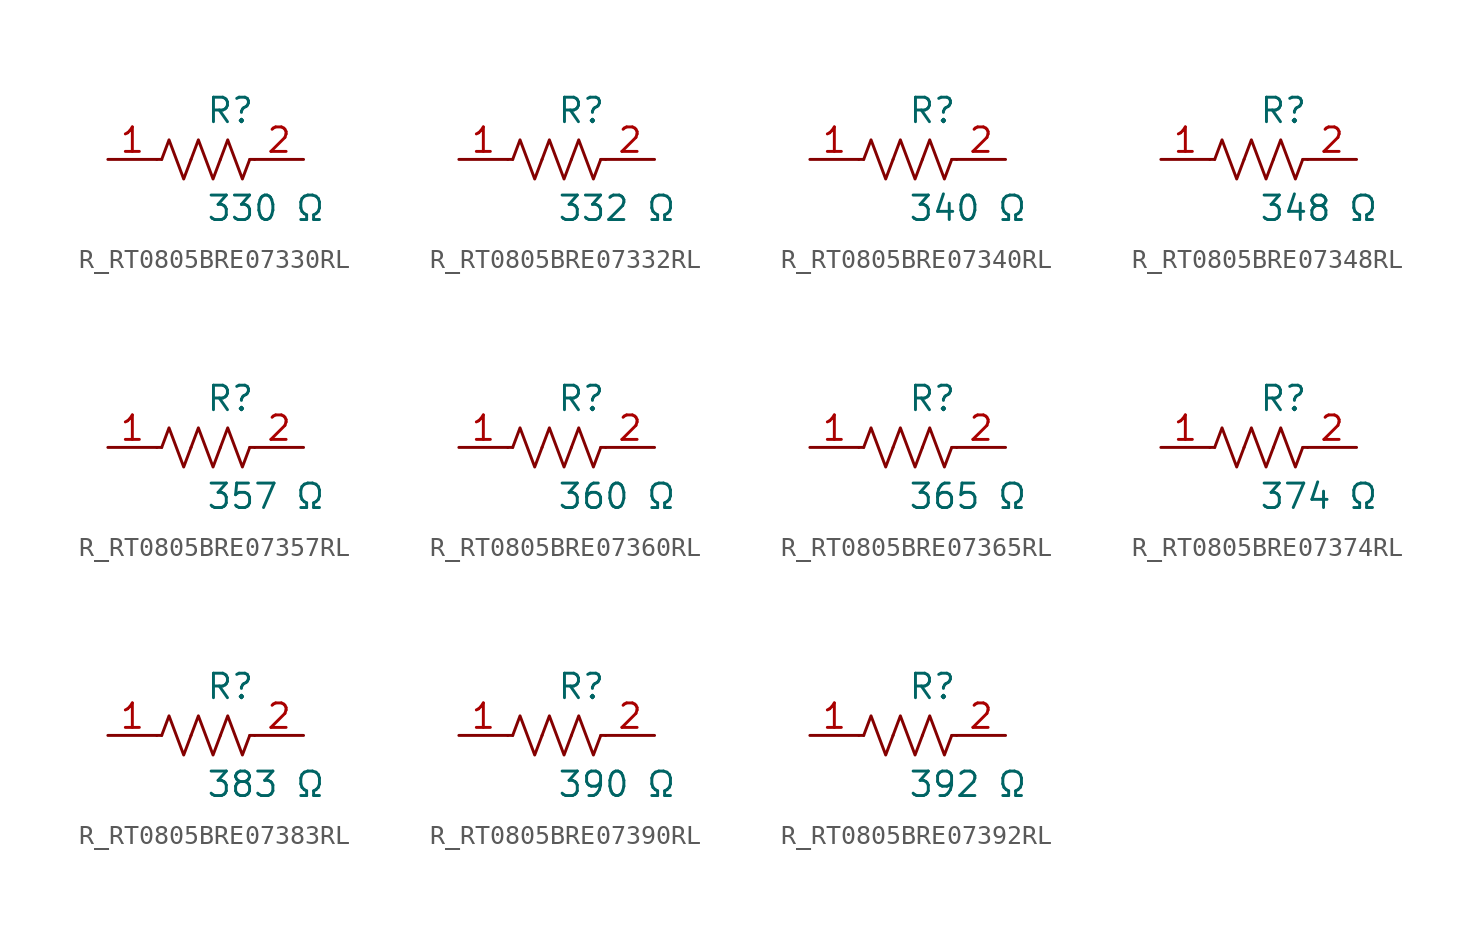
<source format=kicad_sym>
(kicad_symbol_lib
  (version 20231120)
  (generator kicad_symbol_editor)
  (generator_version 8.0)
  (symbol "R_RT0805BRE07330RL"
    (pin_names
      (offset 0.254))
    (property "Reference" "R"
      (at 0.0 2.54 0)
      (effects (font (size 1.27 1.27)) (justify left)))
    (property "Value" "330 Ω"
      (at 0.0 -2.54 0)
      (effects (font (size 1.27 1.27)) (justify left)))
    (symbol "R_RT0805BRE07330RL_0_1"
      (polyline (pts (xy 2.286 0) (xy 2.54 0)) (stroke (width 0) (type default)) (fill (type none)))
      (polyline (pts (xy -2.286 0) (xy -2.54 0)) (stroke (width 0) (type default)) (fill (type none)))
      (polyline (pts (xy 0.762 0) (xy 1.143 1.016) (xy 1.524 0) (xy 1.905 -1.016) (xy 2.286 0)) (stroke (width 0) (type default)) (fill (type none)))
      (polyline (pts (xy -0.762 0) (xy -0.381 1.016) (xy 0 0) (xy 0.381 -1.016) (xy 0.762 0)) (stroke (width 0) (type default)) (fill (type none)))
      (polyline (pts (xy -2.286 0) (xy -1.905 1.016) (xy -1.524 0) (xy -1.143 -1.016) (xy -0.762 0)) (stroke (width 0) (type default)) (fill (type none))))
    (pin unspecified line
      (at -5.08 0 0)
      (length 2.54)
      (name "" (effects (font (size 1.27 1.27))))
      (number "1" (effects (font (size 1.27 1.27)))))
    (pin unspecified line
      (at 5.08 0 180)
      (length 2.54)
      (name "" (effects (font (size 1.27 1.27))))
      (number "2" (effects (font (size 1.27 1.27))))))
  (symbol "R_RT0805BRE07332RL"
    (pin_names
      (offset 0.254))
    (property "Reference" "R"
      (at 0.0 2.54 0)
      (effects (font (size 1.27 1.27)) (justify left)))
    (property "Value" "332 Ω"
      (at 0.0 -2.54 0)
      (effects (font (size 1.27 1.27)) (justify left)))
    (symbol "R_RT0805BRE07332RL_0_1"
      (polyline (pts (xy 2.286 0) (xy 2.54 0)) (stroke (width 0) (type default)) (fill (type none)))
      (polyline (pts (xy -2.286 0) (xy -2.54 0)) (stroke (width 0) (type default)) (fill (type none)))
      (polyline (pts (xy 0.762 0) (xy 1.143 1.016) (xy 1.524 0) (xy 1.905 -1.016) (xy 2.286 0)) (stroke (width 0) (type default)) (fill (type none)))
      (polyline (pts (xy -0.762 0) (xy -0.381 1.016) (xy 0 0) (xy 0.381 -1.016) (xy 0.762 0)) (stroke (width 0) (type default)) (fill (type none)))
      (polyline (pts (xy -2.286 0) (xy -1.905 1.016) (xy -1.524 0) (xy -1.143 -1.016) (xy -0.762 0)) (stroke (width 0) (type default)) (fill (type none))))
    (pin unspecified line
      (at -5.08 0 0)
      (length 2.54)
      (name "" (effects (font (size 1.27 1.27))))
      (number "1" (effects (font (size 1.27 1.27)))))
    (pin unspecified line
      (at 5.08 0 180)
      (length 2.54)
      (name "" (effects (font (size 1.27 1.27))))
      (number "2" (effects (font (size 1.27 1.27))))))
  (symbol "R_RT0805BRE07340RL"
    (pin_names
      (offset 0.254))
    (property "Reference" "R"
      (at 0.0 2.54 0)
      (effects (font (size 1.27 1.27)) (justify left)))
    (property "Value" "340 Ω"
      (at 0.0 -2.54 0)
      (effects (font (size 1.27 1.27)) (justify left)))
    (symbol "R_RT0805BRE07340RL_0_1"
      (polyline (pts (xy 2.286 0) (xy 2.54 0)) (stroke (width 0) (type default)) (fill (type none)))
      (polyline (pts (xy -2.286 0) (xy -2.54 0)) (stroke (width 0) (type default)) (fill (type none)))
      (polyline (pts (xy 0.762 0) (xy 1.143 1.016) (xy 1.524 0) (xy 1.905 -1.016) (xy 2.286 0)) (stroke (width 0) (type default)) (fill (type none)))
      (polyline (pts (xy -0.762 0) (xy -0.381 1.016) (xy 0 0) (xy 0.381 -1.016) (xy 0.762 0)) (stroke (width 0) (type default)) (fill (type none)))
      (polyline (pts (xy -2.286 0) (xy -1.905 1.016) (xy -1.524 0) (xy -1.143 -1.016) (xy -0.762 0)) (stroke (width 0) (type default)) (fill (type none))))
    (pin unspecified line
      (at -5.08 0 0)
      (length 2.54)
      (name "" (effects (font (size 1.27 1.27))))
      (number "1" (effects (font (size 1.27 1.27)))))
    (pin unspecified line
      (at 5.08 0 180)
      (length 2.54)
      (name "" (effects (font (size 1.27 1.27))))
      (number "2" (effects (font (size 1.27 1.27))))))
  (symbol "R_RT0805BRE07348RL"
    (pin_names
      (offset 0.254))
    (property "Reference" "R"
      (at 0.0 2.54 0)
      (effects (font (size 1.27 1.27)) (justify left)))
    (property "Value" "348 Ω"
      (at 0.0 -2.54 0)
      (effects (font (size 1.27 1.27)) (justify left)))
    (symbol "R_RT0805BRE07348RL_0_1"
      (polyline (pts (xy 2.286 0) (xy 2.54 0)) (stroke (width 0) (type default)) (fill (type none)))
      (polyline (pts (xy -2.286 0) (xy -2.54 0)) (stroke (width 0) (type default)) (fill (type none)))
      (polyline (pts (xy 0.762 0) (xy 1.143 1.016) (xy 1.524 0) (xy 1.905 -1.016) (xy 2.286 0)) (stroke (width 0) (type default)) (fill (type none)))
      (polyline (pts (xy -0.762 0) (xy -0.381 1.016) (xy 0 0) (xy 0.381 -1.016) (xy 0.762 0)) (stroke (width 0) (type default)) (fill (type none)))
      (polyline (pts (xy -2.286 0) (xy -1.905 1.016) (xy -1.524 0) (xy -1.143 -1.016) (xy -0.762 0)) (stroke (width 0) (type default)) (fill (type none))))
    (pin unspecified line
      (at -5.08 0 0)
      (length 2.54)
      (name "" (effects (font (size 1.27 1.27))))
      (number "1" (effects (font (size 1.27 1.27)))))
    (pin unspecified line
      (at 5.08 0 180)
      (length 2.54)
      (name "" (effects (font (size 1.27 1.27))))
      (number "2" (effects (font (size 1.27 1.27))))))
  (symbol "R_RT0805BRE07357RL"
    (pin_names
      (offset 0.254))
    (property "Reference" "R"
      (at 0.0 2.54 0)
      (effects (font (size 1.27 1.27)) (justify left)))
    (property "Value" "357 Ω"
      (at 0.0 -2.54 0)
      (effects (font (size 1.27 1.27)) (justify left)))
    (symbol "R_RT0805BRE07357RL_0_1"
      (polyline (pts (xy 2.286 0) (xy 2.54 0)) (stroke (width 0) (type default)) (fill (type none)))
      (polyline (pts (xy -2.286 0) (xy -2.54 0)) (stroke (width 0) (type default)) (fill (type none)))
      (polyline (pts (xy 0.762 0) (xy 1.143 1.016) (xy 1.524 0) (xy 1.905 -1.016) (xy 2.286 0)) (stroke (width 0) (type default)) (fill (type none)))
      (polyline (pts (xy -0.762 0) (xy -0.381 1.016) (xy 0 0) (xy 0.381 -1.016) (xy 0.762 0)) (stroke (width 0) (type default)) (fill (type none)))
      (polyline (pts (xy -2.286 0) (xy -1.905 1.016) (xy -1.524 0) (xy -1.143 -1.016) (xy -0.762 0)) (stroke (width 0) (type default)) (fill (type none))))
    (pin unspecified line
      (at -5.08 0 0)
      (length 2.54)
      (name "" (effects (font (size 1.27 1.27))))
      (number "1" (effects (font (size 1.27 1.27)))))
    (pin unspecified line
      (at 5.08 0 180)
      (length 2.54)
      (name "" (effects (font (size 1.27 1.27))))
      (number "2" (effects (font (size 1.27 1.27))))))
  (symbol "R_RT0805BRE07360RL"
    (pin_names
      (offset 0.254))
    (property "Reference" "R"
      (at 0.0 2.54 0)
      (effects (font (size 1.27 1.27)) (justify left)))
    (property "Value" "360 Ω"
      (at 0.0 -2.54 0)
      (effects (font (size 1.27 1.27)) (justify left)))
    (symbol "R_RT0805BRE07360RL_0_1"
      (polyline (pts (xy 2.286 0) (xy 2.54 0)) (stroke (width 0) (type default)) (fill (type none)))
      (polyline (pts (xy -2.286 0) (xy -2.54 0)) (stroke (width 0) (type default)) (fill (type none)))
      (polyline (pts (xy 0.762 0) (xy 1.143 1.016) (xy 1.524 0) (xy 1.905 -1.016) (xy 2.286 0)) (stroke (width 0) (type default)) (fill (type none)))
      (polyline (pts (xy -0.762 0) (xy -0.381 1.016) (xy 0 0) (xy 0.381 -1.016) (xy 0.762 0)) (stroke (width 0) (type default)) (fill (type none)))
      (polyline (pts (xy -2.286 0) (xy -1.905 1.016) (xy -1.524 0) (xy -1.143 -1.016) (xy -0.762 0)) (stroke (width 0) (type default)) (fill (type none))))
    (pin unspecified line
      (at -5.08 0 0)
      (length 2.54)
      (name "" (effects (font (size 1.27 1.27))))
      (number "1" (effects (font (size 1.27 1.27)))))
    (pin unspecified line
      (at 5.08 0 180)
      (length 2.54)
      (name "" (effects (font (size 1.27 1.27))))
      (number "2" (effects (font (size 1.27 1.27))))))
  (symbol "R_RT0805BRE07365RL"
    (pin_names
      (offset 0.254))
    (property "Reference" "R"
      (at 0.0 2.54 0)
      (effects (font (size 1.27 1.27)) (justify left)))
    (property "Value" "365 Ω"
      (at 0.0 -2.54 0)
      (effects (font (size 1.27 1.27)) (justify left)))
    (symbol "R_RT0805BRE07365RL_0_1"
      (polyline (pts (xy 2.286 0) (xy 2.54 0)) (stroke (width 0) (type default)) (fill (type none)))
      (polyline (pts (xy -2.286 0) (xy -2.54 0)) (stroke (width 0) (type default)) (fill (type none)))
      (polyline (pts (xy 0.762 0) (xy 1.143 1.016) (xy 1.524 0) (xy 1.905 -1.016) (xy 2.286 0)) (stroke (width 0) (type default)) (fill (type none)))
      (polyline (pts (xy -0.762 0) (xy -0.381 1.016) (xy 0 0) (xy 0.381 -1.016) (xy 0.762 0)) (stroke (width 0) (type default)) (fill (type none)))
      (polyline (pts (xy -2.286 0) (xy -1.905 1.016) (xy -1.524 0) (xy -1.143 -1.016) (xy -0.762 0)) (stroke (width 0) (type default)) (fill (type none))))
    (pin unspecified line
      (at -5.08 0 0)
      (length 2.54)
      (name "" (effects (font (size 1.27 1.27))))
      (number "1" (effects (font (size 1.27 1.27)))))
    (pin unspecified line
      (at 5.08 0 180)
      (length 2.54)
      (name "" (effects (font (size 1.27 1.27))))
      (number "2" (effects (font (size 1.27 1.27))))))
  (symbol "R_RT0805BRE07374RL"
    (pin_names
      (offset 0.254))
    (property "Reference" "R"
      (at 0.0 2.54 0)
      (effects (font (size 1.27 1.27)) (justify left)))
    (property "Value" "374 Ω"
      (at 0.0 -2.54 0)
      (effects (font (size 1.27 1.27)) (justify left)))
    (symbol "R_RT0805BRE07374RL_0_1"
      (polyline (pts (xy 2.286 0) (xy 2.54 0)) (stroke (width 0) (type default)) (fill (type none)))
      (polyline (pts (xy -2.286 0) (xy -2.54 0)) (stroke (width 0) (type default)) (fill (type none)))
      (polyline (pts (xy 0.762 0) (xy 1.143 1.016) (xy 1.524 0) (xy 1.905 -1.016) (xy 2.286 0)) (stroke (width 0) (type default)) (fill (type none)))
      (polyline (pts (xy -0.762 0) (xy -0.381 1.016) (xy 0 0) (xy 0.381 -1.016) (xy 0.762 0)) (stroke (width 0) (type default)) (fill (type none)))
      (polyline (pts (xy -2.286 0) (xy -1.905 1.016) (xy -1.524 0) (xy -1.143 -1.016) (xy -0.762 0)) (stroke (width 0) (type default)) (fill (type none))))
    (pin unspecified line
      (at -5.08 0 0)
      (length 2.54)
      (name "" (effects (font (size 1.27 1.27))))
      (number "1" (effects (font (size 1.27 1.27)))))
    (pin unspecified line
      (at 5.08 0 180)
      (length 2.54)
      (name "" (effects (font (size 1.27 1.27))))
      (number "2" (effects (font (size 1.27 1.27))))))
  (symbol "R_RT0805BRE07383RL"
    (pin_names
      (offset 0.254))
    (property "Reference" "R"
      (at 0.0 2.54 0)
      (effects (font (size 1.27 1.27)) (justify left)))
    (property "Value" "383 Ω"
      (at 0.0 -2.54 0)
      (effects (font (size 1.27 1.27)) (justify left)))
    (symbol "R_RT0805BRE07383RL_0_1"
      (polyline (pts (xy 2.286 0) (xy 2.54 0)) (stroke (width 0) (type default)) (fill (type none)))
      (polyline (pts (xy -2.286 0) (xy -2.54 0)) (stroke (width 0) (type default)) (fill (type none)))
      (polyline (pts (xy 0.762 0) (xy 1.143 1.016) (xy 1.524 0) (xy 1.905 -1.016) (xy 2.286 0)) (stroke (width 0) (type default)) (fill (type none)))
      (polyline (pts (xy -0.762 0) (xy -0.381 1.016) (xy 0 0) (xy 0.381 -1.016) (xy 0.762 0)) (stroke (width 0) (type default)) (fill (type none)))
      (polyline (pts (xy -2.286 0) (xy -1.905 1.016) (xy -1.524 0) (xy -1.143 -1.016) (xy -0.762 0)) (stroke (width 0) (type default)) (fill (type none))))
    (pin unspecified line
      (at -5.08 0 0)
      (length 2.54)
      (name "" (effects (font (size 1.27 1.27))))
      (number "1" (effects (font (size 1.27 1.27)))))
    (pin unspecified line
      (at 5.08 0 180)
      (length 2.54)
      (name "" (effects (font (size 1.27 1.27))))
      (number "2" (effects (font (size 1.27 1.27))))))
  (symbol "R_RT0805BRE07390RL"
    (pin_names
      (offset 0.254))
    (property "Reference" "R"
      (at 0.0 2.54 0)
      (effects (font (size 1.27 1.27)) (justify left)))
    (property "Value" "390 Ω"
      (at 0.0 -2.54 0)
      (effects (font (size 1.27 1.27)) (justify left)))
    (symbol "R_RT0805BRE07390RL_0_1"
      (polyline (pts (xy 2.286 0) (xy 2.54 0)) (stroke (width 0) (type default)) (fill (type none)))
      (polyline (pts (xy -2.286 0) (xy -2.54 0)) (stroke (width 0) (type default)) (fill (type none)))
      (polyline (pts (xy 0.762 0) (xy 1.143 1.016) (xy 1.524 0) (xy 1.905 -1.016) (xy 2.286 0)) (stroke (width 0) (type default)) (fill (type none)))
      (polyline (pts (xy -0.762 0) (xy -0.381 1.016) (xy 0 0) (xy 0.381 -1.016) (xy 0.762 0)) (stroke (width 0) (type default)) (fill (type none)))
      (polyline (pts (xy -2.286 0) (xy -1.905 1.016) (xy -1.524 0) (xy -1.143 -1.016) (xy -0.762 0)) (stroke (width 0) (type default)) (fill (type none))))
    (pin unspecified line
      (at -5.08 0 0)
      (length 2.54)
      (name "" (effects (font (size 1.27 1.27))))
      (number "1" (effects (font (size 1.27 1.27)))))
    (pin unspecified line
      (at 5.08 0 180)
      (length 2.54)
      (name "" (effects (font (size 1.27 1.27))))
      (number "2" (effects (font (size 1.27 1.27))))))
  (symbol "R_RT0805BRE07392RL"
    (pin_names
      (offset 0.254))
    (property "Reference" "R"
      (at 0.0 2.54 0)
      (effects (font (size 1.27 1.27)) (justify left)))
    (property "Value" "392 Ω"
      (at 0.0 -2.54 0)
      (effects (font (size 1.27 1.27)) (justify left)))
    (symbol "R_RT0805BRE07392RL_0_1"
      (polyline (pts (xy 2.286 0) (xy 2.54 0)) (stroke (width 0) (type default)) (fill (type none)))
      (polyline (pts (xy -2.286 0) (xy -2.54 0)) (stroke (width 0) (type default)) (fill (type none)))
      (polyline (pts (xy 0.762 0) (xy 1.143 1.016) (xy 1.524 0) (xy 1.905 -1.016) (xy 2.286 0)) (stroke (width 0) (type default)) (fill (type none)))
      (polyline (pts (xy -0.762 0) (xy -0.381 1.016) (xy 0 0) (xy 0.381 -1.016) (xy 0.762 0)) (stroke (width 0) (type default)) (fill (type none)))
      (polyline (pts (xy -2.286 0) (xy -1.905 1.016) (xy -1.524 0) (xy -1.143 -1.016) (xy -0.762 0)) (stroke (width 0) (type default)) (fill (type none))))
    (pin unspecified line
      (at -5.08 0 0)
      (length 2.54)
      (name "" (effects (font (size 1.27 1.27))))
      (number "1" (effects (font (size 1.27 1.27)))))
    (pin unspecified line
      (at 5.08 0 180)
      (length 2.54)
      (name "" (effects (font (size 1.27 1.27))))
      (number "2" (effects (font (size 1.27 1.27)))))))
</source>
